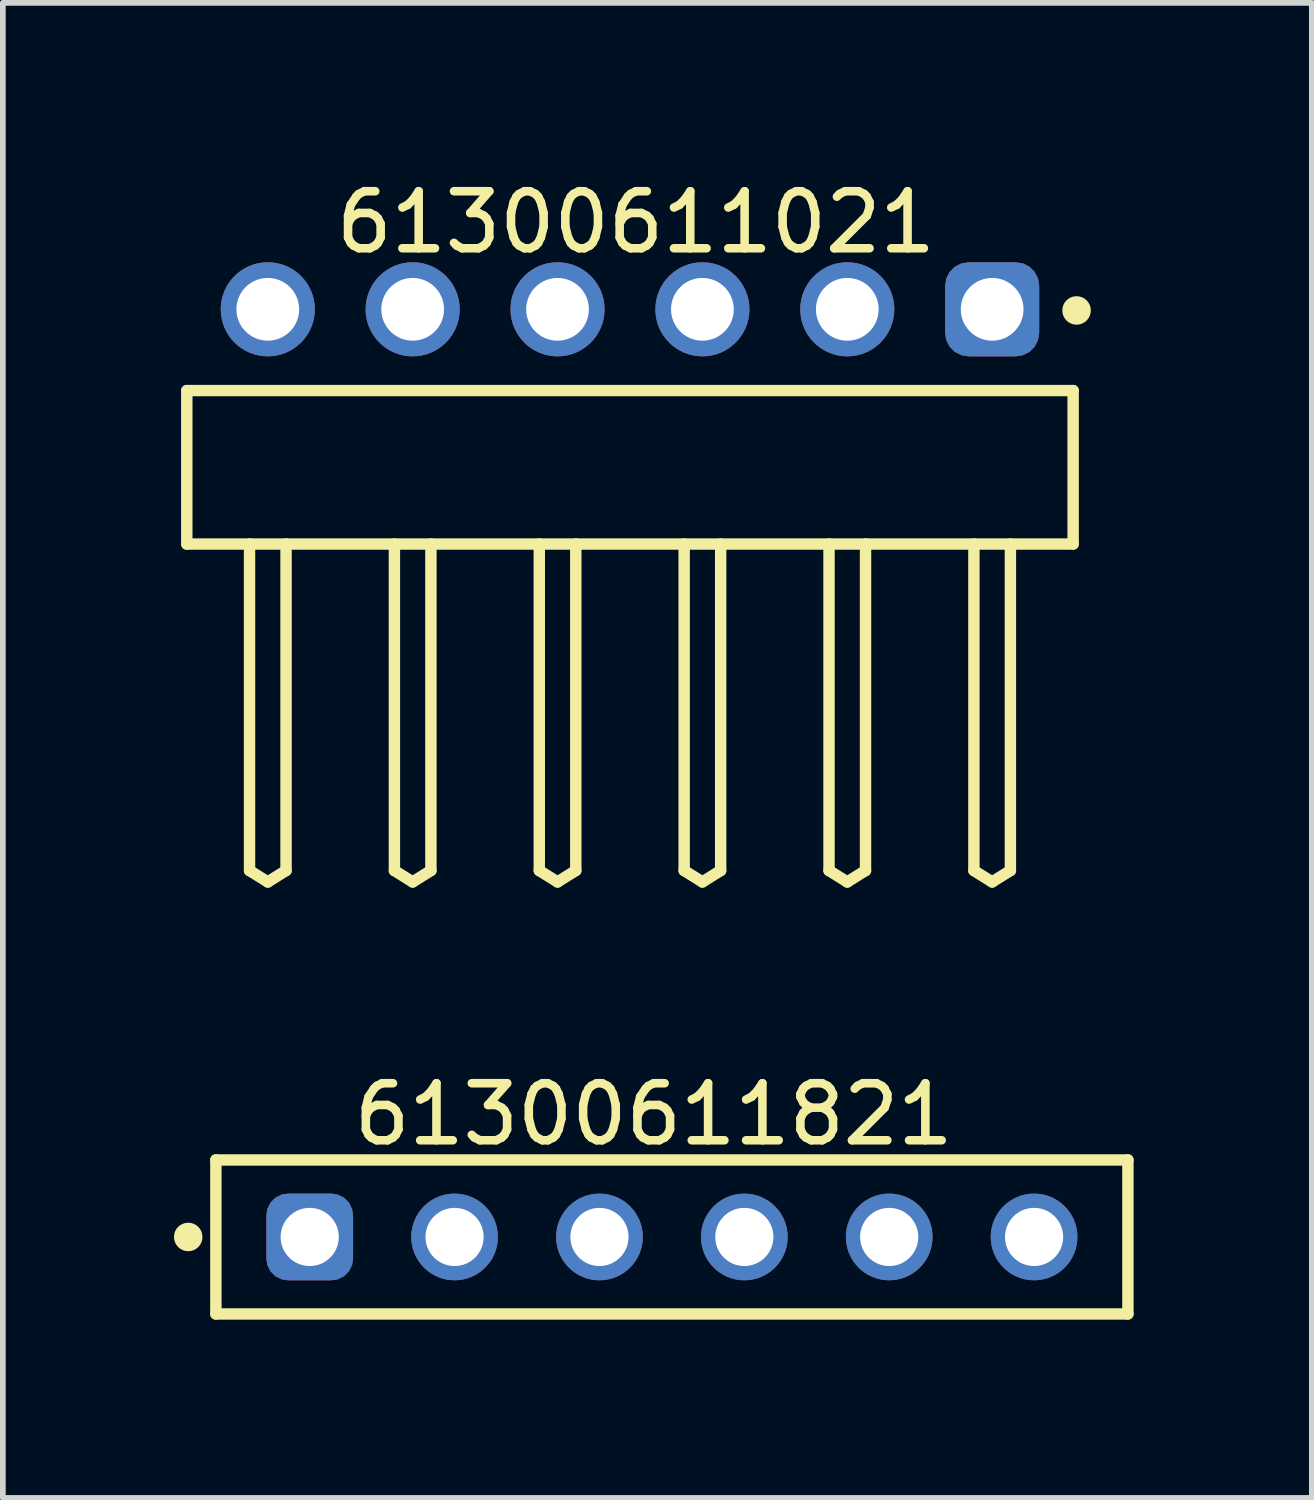
<source format=kicad_pcb>
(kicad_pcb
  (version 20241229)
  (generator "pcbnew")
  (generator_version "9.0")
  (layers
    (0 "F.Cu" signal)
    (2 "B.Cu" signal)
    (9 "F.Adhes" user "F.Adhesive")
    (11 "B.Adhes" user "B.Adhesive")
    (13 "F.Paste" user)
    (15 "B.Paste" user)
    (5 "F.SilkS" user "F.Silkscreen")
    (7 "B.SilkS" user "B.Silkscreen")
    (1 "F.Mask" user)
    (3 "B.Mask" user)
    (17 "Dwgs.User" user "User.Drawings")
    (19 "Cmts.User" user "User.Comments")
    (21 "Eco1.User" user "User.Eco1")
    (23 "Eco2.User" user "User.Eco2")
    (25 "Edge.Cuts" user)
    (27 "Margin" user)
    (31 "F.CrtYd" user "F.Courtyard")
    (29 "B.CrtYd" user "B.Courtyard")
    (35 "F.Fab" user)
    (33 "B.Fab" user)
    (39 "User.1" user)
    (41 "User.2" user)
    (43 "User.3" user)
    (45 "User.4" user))
  (footprint "61300611021"
    (layer "F.Cu")
    (at 7.995 5.143)
    (property "Reference" "61300611021" (at 0.105 -4.295 0) (layer "F.SilkS") (effects (font (size 1 1) (thickness 0.15))))
    (fp_line (start -7.77 -1.345) (end 7.77 -1.345) (stroke (width 0.2) (type solid)) (layer "F.SilkS"))
    (fp_line (start -7.77 1.345) (end -7.77 -1.345) (stroke (width 0.2) (type solid)) (layer "F.SilkS"))
    (fp_line (start -7.77 1.345) (end 7.77 1.345) (stroke (width 0.2) (type solid)) (layer "F.SilkS"))
    (fp_line (start -6.67 7.07) (end -6.67 1.345) (stroke (width 0.2) (type solid)) (layer "F.SilkS"))
    (fp_line (start -6.67 7.07) (end -6.35 7.27) (stroke (width 0.2) (type solid)) (layer "F.SilkS"))
    (fp_line (start -6.35 7.27) (end -6.03 7.07) (stroke (width 0.2) (type solid)) (layer "F.SilkS"))
    (fp_line (start -6.03 7.07) (end -6.03 1.345) (stroke (width 0.2) (type solid)) (layer "F.SilkS"))
    (fp_line (start -4.13 7.07) (end -4.13 1.345) (stroke (width 0.2) (type solid)) (layer "F.SilkS"))
    (fp_line (start -4.13 7.07) (end -3.81 7.27) (stroke (width 0.2) (type solid)) (layer "F.SilkS"))
    (fp_line (start -3.81 7.27) (end -3.49 7.07) (stroke (width 0.2) (type solid)) (layer "F.SilkS"))
    (fp_line (start -3.49 7.07) (end -3.49 1.345) (stroke (width 0.2) (type solid)) (layer "F.SilkS"))
    (fp_line (start -1.59 7.07) (end -1.59 1.345) (stroke (width 0.2) (type solid)) (layer "F.SilkS"))
    (fp_line (start -1.59 7.07) (end -1.27 7.27) (stroke (width 0.2) (type solid)) (layer "F.SilkS"))
    (fp_line (start -1.27 7.27) (end -0.95 7.07) (stroke (width 0.2) (type solid)) (layer "F.SilkS"))
    (fp_line (start -0.95 7.07) (end -0.95 1.345) (stroke (width 0.2) (type solid)) (layer "F.SilkS"))
    (fp_line (start 0.95 7.07) (end 0.95 1.345) (stroke (width 0.2) (type solid)) (layer "F.SilkS"))
    (fp_line (start 0.95 7.07) (end 1.27 7.27) (stroke (width 0.2) (type solid)) (layer "F.SilkS"))
    (fp_line (start 1.27 7.27) (end 1.59 7.07) (stroke (width 0.2) (type solid)) (layer "F.SilkS"))
    (fp_line (start 1.59 7.07) (end 1.59 1.345) (stroke (width 0.2) (type solid)) (layer "F.SilkS"))
    (fp_line (start 3.49 7.07) (end 3.49 1.345) (stroke (width 0.2) (type solid)) (layer "F.SilkS"))
    (fp_line (start 3.49 7.07) (end 3.81 7.27) (stroke (width 0.2) (type solid)) (layer "F.SilkS"))
    (fp_line (start 3.81 7.27) (end 4.13 7.07) (stroke (width 0.2) (type solid)) (layer "F.SilkS"))
    (fp_line (start 4.13 7.07) (end 4.13 1.345) (stroke (width 0.2) (type solid)) (layer "F.SilkS"))
    (fp_line (start 6.03 7.07) (end 6.03 1.345) (stroke (width 0.2) (type solid)) (layer "F.SilkS"))
    (fp_line (start 6.03 7.07) (end 6.35 7.27) (stroke (width 0.2) (type solid)) (layer "F.SilkS"))
    (fp_line (start 6.35 7.27) (end 6.67 7.07) (stroke (width 0.2) (type solid)) (layer "F.SilkS"))
    (fp_line (start 6.67 7.07) (end 6.67 1.345) (stroke (width 0.2) (type solid)) (layer "F.SilkS"))
    (fp_line (start 7.77 1.345) (end 7.77 -1.345) (stroke (width 0.2) (type solid)) (layer "F.SilkS"))
    (fp_circle (center 7.83 -2.75) (end 7.83 -2.875) (stroke (width 0.25) (type solid)) (fill no) (layer "F.SilkS"))
    (fp_line (start -7.97 -3.795) (end 7.97 -3.795) (stroke (width 0.05) (type solid)) (layer "Eco2.User"))
    (fp_line (start -7.97 7.47) (end -7.97 -3.795) (stroke (width 0.05) (type solid)) (layer "Eco2.User"))
    (fp_line (start -7.97 7.47) (end 7.97 7.47) (stroke (width 0.05) (type solid)) (layer "Eco2.User"))
    (fp_line (start -7.62 -1.27) (end 7.62 -1.27) (stroke (width 0.1) (type solid)) (layer "Eco2.User"))
    (fp_line (start -7.62 1.27) (end -7.62 -1.27) (stroke (width 0.1) (type solid)) (layer "Eco2.User"))
    (fp_line (start -7.62 1.27) (end 7.62 1.27) (stroke (width 0.1) (type solid)) (layer "Eco2.User"))
    (fp_line (start -6.67 -3.09) (end -6.03 -3.09) (stroke (width 0.1) (type solid)) (layer "Eco2.User"))
    (fp_line (start -6.67 -1.27) (end -6.67 -3.09) (stroke (width 0.1) (type solid)) (layer "Eco2.User"))
    (fp_line (start -6.67 7.07) (end -6.67 1.27) (stroke (width 0.1) (type solid)) (layer "Eco2.User"))
    (fp_line (start -6.67 7.07) (end -6.35 7.27) (stroke (width 0.1) (type solid)) (layer "Eco2.User"))
    (fp_line (start -6.35 7.27) (end -6.03 7.07) (stroke (width 0.1) (type solid)) (layer "Eco2.User"))
    (fp_line (start -6.03 -1.27) (end -6.03 -3.09) (stroke (width 0.1) (type solid)) (layer "Eco2.User"))
    (fp_line (start -6.03 7.07) (end -6.03 1.27) (stroke (width 0.1) (type solid)) (layer "Eco2.User"))
    (fp_line (start -4.13 -3.09) (end -3.49 -3.09) (stroke (width 0.1) (type solid)) (layer "Eco2.User"))
    (fp_line (start -4.13 -1.27) (end -4.13 -3.09) (stroke (width 0.1) (type solid)) (layer "Eco2.User"))
    (fp_line (start -4.13 7.07) (end -4.13 1.27) (stroke (width 0.1) (type solid)) (layer "Eco2.User"))
    (fp_line (start -4.13 7.07) (end -3.81 7.27) (stroke (width 0.1) (type solid)) (layer "Eco2.User"))
    (fp_line (start -3.81 7.27) (end -3.49 7.07) (stroke (width 0.1) (type solid)) (layer "Eco2.User"))
    (fp_line (start -3.49 -1.27) (end -3.49 -3.09) (stroke (width 0.1) (type solid)) (layer "Eco2.User"))
    (fp_line (start -3.49 7.07) (end -3.49 1.27) (stroke (width 0.1) (type solid)) (layer "Eco2.User"))
    (fp_line (start -1.59 -3.09) (end -0.95 -3.09) (stroke (width 0.1) (type solid)) (layer "Eco2.User"))
    (fp_line (start -1.59 -1.27) (end -1.59 -3.09) (stroke (width 0.1) (type solid)) (layer "Eco2.User"))
    (fp_line (start -1.59 7.07) (end -1.59 1.27) (stroke (width 0.1) (type solid)) (layer "Eco2.User"))
    (fp_line (start -1.59 7.07) (end -1.27 7.27) (stroke (width 0.1) (type solid)) (layer "Eco2.User"))
    (fp_line (start -1.27 7.27) (end -0.95 7.07) (stroke (width 0.1) (type solid)) (layer "Eco2.User"))
    (fp_line (start -0.95 -1.27) (end -0.95 -3.09) (stroke (width 0.1) (type solid)) (layer "Eco2.User"))
    (fp_line (start -0.95 7.07) (end -0.95 1.27) (stroke (width 0.1) (type solid)) (layer "Eco2.User"))
    (fp_line (start -0.5 0) (end 0.5 0) (stroke (width 0.05) (type solid)) (layer "Eco2.User"))
    (fp_line (start 0 0.5) (end 0 -0.5) (stroke (width 0.05) (type solid)) (layer "Eco2.User"))
    (fp_line (start 0.95 -3.09) (end 1.59 -3.09) (stroke (width 0.1) (type solid)) (layer "Eco2.User"))
    (fp_line (start 0.95 -1.27) (end 0.95 -3.09) (stroke (width 0.1) (type solid)) (layer "Eco2.User"))
    (fp_line (start 0.95 7.07) (end 0.95 1.27) (stroke (width 0.1) (type solid)) (layer "Eco2.User"))
    (fp_line (start 0.95 7.07) (end 1.27 7.27) (stroke (width 0.1) (type solid)) (layer "Eco2.User"))
    (fp_line (start 1.27 7.27) (end 1.59 7.07) (stroke (width 0.1) (type solid)) (layer "Eco2.User"))
    (fp_line (start 1.59 -1.27) (end 1.59 -3.09) (stroke (width 0.1) (type solid)) (layer "Eco2.User"))
    (fp_line (start 1.59 7.07) (end 1.59 1.27) (stroke (width 0.1) (type solid)) (layer "Eco2.User"))
    (fp_line (start 3.49 -3.09) (end 4.13 -3.09) (stroke (width 0.1) (type solid)) (layer "Eco2.User"))
    (fp_line (start 3.49 -1.27) (end 3.49 -3.09) (stroke (width 0.1) (type solid)) (layer "Eco2.User"))
    (fp_line (start 3.49 7.07) (end 3.49 1.27) (stroke (width 0.1) (type solid)) (layer "Eco2.User"))
    (fp_line (start 3.49 7.07) (end 3.81 7.27) (stroke (width 0.1) (type solid)) (layer "Eco2.User"))
    (fp_line (start 3.81 7.27) (end 4.13 7.07) (stroke (width 0.1) (type solid)) (layer "Eco2.User"))
    (fp_line (start 4.13 -1.27) (end 4.13 -3.09) (stroke (width 0.1) (type solid)) (layer "Eco2.User"))
    (fp_line (start 4.13 7.07) (end 4.13 1.27) (stroke (width 0.1) (type solid)) (layer "Eco2.User"))
    (fp_line (start 6.03 -3.09) (end 6.67 -3.09) (stroke (width 0.1) (type solid)) (layer "Eco2.User"))
    (fp_line (start 6.03 -1.27) (end 6.03 -3.09) (stroke (width 0.1) (type solid)) (layer "Eco2.User"))
    (fp_line (start 6.03 7.07) (end 6.03 1.27) (stroke (width 0.1) (type solid)) (layer "Eco2.User"))
    (fp_line (start 6.03 7.07) (end 6.35 7.27) (stroke (width 0.1) (type solid)) (layer "Eco2.User"))
    (fp_line (start 6.35 7.27) (end 6.67 7.07) (stroke (width 0.1) (type solid)) (layer "Eco2.User"))
    (fp_line (start 6.67 -1.27) (end 6.67 -3.09) (stroke (width 0.1) (type solid)) (layer "Eco2.User"))
    (fp_line (start 6.67 7.07) (end 6.67 1.27) (stroke (width 0.1) (type solid)) (layer "Eco2.User"))
    (fp_line (start 7.62 1.27) (end 7.62 -1.27) (stroke (width 0.1) (type solid)) (layer "Eco2.User"))
    (fp_line (start 7.97 7.47) (end 7.97 -3.795) (stroke (width 0.05) (type solid)) (layer "Eco2.User"))
    (fp_text user "${REFERENCE}" (at 0.15 -0.197 0) (unlocked yes) (layer "User.3") (effects (font (size 1.5 1.5) (thickness 0.15))))
    (pad "1" thru_hole roundrect (at 6.35 -2.77) (size 1.65 1.65) (drill 1.1) (layers "*.Cu" "*.Mask") (roundrect_rratio 0.25))
    (pad "2" thru_hole circle (at 3.81 -2.77) (size 1.65 1.65) (drill 1.1) (layers "*.Cu" "*.Mask"))
    (pad "3" thru_hole circle (at 1.27 -2.77) (size 1.65 1.65) (drill 1.1) (layers "*.Cu" "*.Mask"))
    (pad "4" thru_hole circle (at -1.27 -2.77) (size 1.65 1.65) (drill 1.1) (layers "*.Cu" "*.Mask"))
    (pad "5" thru_hole circle (at -3.81 -2.77) (size 1.65 1.65) (drill 1.1) (layers "*.Cu" "*.Mask"))
    (pad "6" thru_hole circle (at -6.35 -2.77) (size 1.65 1.65) (drill 1.1) (layers "*.Cu" "*.Mask")))
  (footprint "61300611821"
    (layer "F.Cu")
    (at 8.73 18.637)
    (property "Reference" "61300611821" (at -0.318 -2.15 0) (layer "F.SilkS") (effects (font (size 1 1) (thickness 0.15))))
    (fp_line (start -7.995 -1.35) (end 7.995 -1.35) (stroke (width 0.2) (type solid)) (layer "F.SilkS"))
    (fp_line (start -7.995 1.35) (end -7.995 -1.35) (stroke (width 0.2) (type solid)) (layer "F.SilkS"))
    (fp_line (start -7.995 1.35) (end 7.995 1.35) (stroke (width 0.2) (type solid)) (layer "F.SilkS"))
    (fp_line (start 7.995 1.35) (end 7.995 -1.35) (stroke (width 0.2) (type solid)) (layer "F.SilkS"))
    (fp_circle (center -8.48 0) (end -8.48 -0.125) (stroke (width 0.25) (type solid)) (fill no) (layer "F.SilkS"))
    (fp_line (start -8.195 -1.55) (end 8.195 -1.55) (stroke (width 0.05) (type solid)) (layer "Eco2.User"))
    (fp_line (start -8.195 1.55) (end -8.195 -1.55) (stroke (width 0.05) (type solid)) (layer "Eco2.User"))
    (fp_line (start -8.195 1.55) (end 8.195 1.55) (stroke (width 0.05) (type solid)) (layer "Eco2.User"))
    (fp_line (start -7.87 -1.25) (end 7.87 -1.25) (stroke (width 0.1) (type solid)) (layer "Eco2.User"))
    (fp_line (start -7.87 1.25) (end -7.87 -1.25) (stroke (width 0.1) (type solid)) (layer "Eco2.User"))
    (fp_line (start -7.87 1.25) (end 7.87 1.25) (stroke (width 0.1) (type solid)) (layer "Eco2.User"))
    (fp_line (start -0.5 0) (end 0.5 0) (stroke (width 0.05) (type solid)) (layer "Eco2.User"))
    (fp_line (start 0 0.5) (end 0 -0.5) (stroke (width 0.05) (type solid)) (layer "Eco2.User"))
    (fp_line (start 7.87 1.25) (end 7.87 -1.25) (stroke (width 0.1) (type solid)) (layer "Eco2.User"))
    (fp_line (start 8.195 1.55) (end 8.195 -1.55) (stroke (width 0.05) (type solid)) (layer "Eco2.User"))
    (fp_text user "${REFERENCE}" (at 0.15 -0.197 0) (unlocked yes) (layer "User.3") (effects (font (size 1.5 1.5) (thickness 0.15))))
    (pad "1" thru_hole roundrect (at -6.35 0) (size 1.52 1.52) (drill 1.02) (layers "*.Cu" "*.Mask") (roundrect_rratio 0.25))
    (pad "2" thru_hole circle (at -3.81 0) (size 1.52 1.52) (drill 1.02) (layers "*.Cu" "*.Mask"))
    (pad "3" thru_hole circle (at -1.27 0) (size 1.52 1.52) (drill 1.02) (layers "*.Cu" "*.Mask"))
    (pad "4" thru_hole circle (at 1.27 0) (size 1.52 1.52) (drill 1.02) (layers "*.Cu" "*.Mask"))
    (pad "5" thru_hole circle (at 3.81 0) (size 1.52 1.52) (drill 1.02) (layers "*.Cu" "*.Mask"))
    (pad "6" thru_hole circle (at 6.35 0) (size 1.52 1.52) (drill 1.02) (layers "*.Cu" "*.Mask")))
  (gr_rect
    (start -3 -3)
    (end 19.95 23.212)
    (stroke (width 0.1) (type default))
    (fill no)
    (layer "Edge.Cuts")))
</source>
